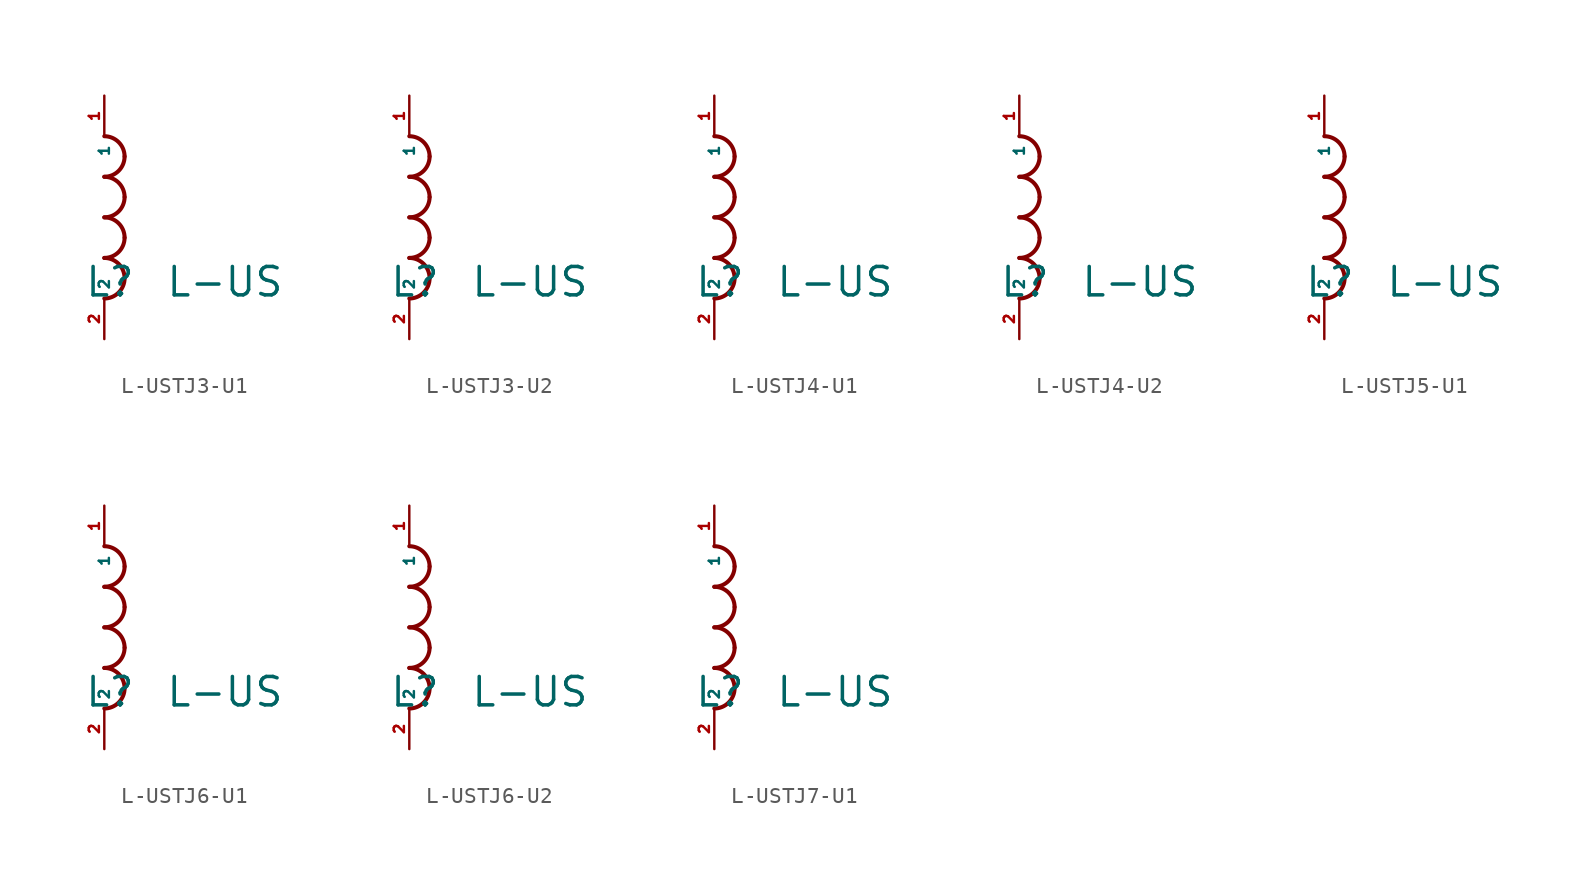
<source format=kicad_sym>
(kicad_symbol_lib
  (version 20220914)
  (generator Eagle2Kicad)
  (symbol "L-USTJ3-U1"
    (property "Reference" "L"
      (at -1.27 -5.08 0)
      (effects (font (size 1.778 1.778) (thickness 0.22)) (justify left bottom)))
    (property "Value" "L-US"
      (at 3.81 -5.08 0)
      (effects (font (size 1.778 1.778) (thickness 0.22)) (justify left bottom)))
    (arc
      (start 1.27 3.81)
      (mid 0.898 4.708)
      (end 0 5.08)
      (stroke (width 0.254) (type default))
      (fill (type none)))
    (arc
      (start 0 2.54)
      (mid 0.898 2.912)
      (end 1.27 3.81)
      (stroke (width 0.254) (type default))
      (fill (type none)))
    (arc
      (start 1.27 1.27)
      (mid 0.898 2.168)
      (end 0 2.54)
      (stroke (width 0.254) (type default))
      (fill (type none)))
    (arc
      (start 0 0)
      (mid 0.898 0.372)
      (end 1.27 1.27)
      (stroke (width 0.254) (type default))
      (fill (type none)))
    (arc
      (start 1.27 -1.27)
      (mid 0.898 -0.372)
      (end 0 0)
      (stroke (width 0.254) (type default))
      (fill (type none)))
    (arc
      (start 0 -2.54)
      (mid 0.898 -2.168)
      (end 1.27 -1.27)
      (stroke (width 0.254) (type default))
      (fill (type none)))
    (arc
      (start 1.27 -3.81)
      (mid 0.898 -2.912)
      (end 0 -2.54)
      (stroke (width 0.254) (type default))
      (fill (type none)))
    (arc
      (start 0 -5.08)
      (mid 0.898 -4.708)
      (end 1.27 -3.81)
      (stroke (width 0.254) (type default))
      (fill (type none)))
    (pin passive line
      (at 0 -7.62 90)
      (length 2.54)
      (name "2" (effects (font (size 0.635 0.635) (thickness 0.08)) (justify left bottom)))
      (number "2" (effects (font (size 0.635 0.635) (thickness 0.08)) (justify left bottom))))
    (pin passive line
      (at 0 7.62 270)
      (length 2.54)
      (name "1" (effects (font (size 0.635 0.635) (thickness 0.08)) (justify left bottom)))
      (number "1" (effects (font (size 0.635 0.635) (thickness 0.08)) (justify left bottom)))))
  (symbol "L-USTJ3-U2"
    (property "Reference" "L"
      (at -1.27 -5.08 0)
      (effects (font (size 1.778 1.778) (thickness 0.22)) (justify left bottom)))
    (property "Value" "L-US"
      (at 3.81 -5.08 0)
      (effects (font (size 1.778 1.778) (thickness 0.22)) (justify left bottom)))
    (arc
      (start 1.27 3.81)
      (mid 0.898 4.708)
      (end 0 5.08)
      (stroke (width 0.254) (type default))
      (fill (type none)))
    (arc
      (start 0 2.54)
      (mid 0.898 2.912)
      (end 1.27 3.81)
      (stroke (width 0.254) (type default))
      (fill (type none)))
    (arc
      (start 1.27 1.27)
      (mid 0.898 2.168)
      (end 0 2.54)
      (stroke (width 0.254) (type default))
      (fill (type none)))
    (arc
      (start 0 0)
      (mid 0.898 0.372)
      (end 1.27 1.27)
      (stroke (width 0.254) (type default))
      (fill (type none)))
    (arc
      (start 1.27 -1.27)
      (mid 0.898 -0.372)
      (end 0 0)
      (stroke (width 0.254) (type default))
      (fill (type none)))
    (arc
      (start 0 -2.54)
      (mid 0.898 -2.168)
      (end 1.27 -1.27)
      (stroke (width 0.254) (type default))
      (fill (type none)))
    (arc
      (start 1.27 -3.81)
      (mid 0.898 -2.912)
      (end 0 -2.54)
      (stroke (width 0.254) (type default))
      (fill (type none)))
    (arc
      (start 0 -5.08)
      (mid 0.898 -4.708)
      (end 1.27 -3.81)
      (stroke (width 0.254) (type default))
      (fill (type none)))
    (pin passive line
      (at 0 -7.62 90)
      (length 2.54)
      (name "2" (effects (font (size 0.635 0.635) (thickness 0.08)) (justify left bottom)))
      (number "2" (effects (font (size 0.635 0.635) (thickness 0.08)) (justify left bottom))))
    (pin passive line
      (at 0 7.62 270)
      (length 2.54)
      (name "1" (effects (font (size 0.635 0.635) (thickness 0.08)) (justify left bottom)))
      (number "1" (effects (font (size 0.635 0.635) (thickness 0.08)) (justify left bottom)))))
  (symbol "L-USTJ4-U1"
    (property "Reference" "L"
      (at -1.27 -5.08 0)
      (effects (font (size 1.778 1.778) (thickness 0.22)) (justify left bottom)))
    (property "Value" "L-US"
      (at 3.81 -5.08 0)
      (effects (font (size 1.778 1.778) (thickness 0.22)) (justify left bottom)))
    (arc
      (start 1.27 3.81)
      (mid 0.898 4.708)
      (end 0 5.08)
      (stroke (width 0.254) (type default))
      (fill (type none)))
    (arc
      (start 0 2.54)
      (mid 0.898 2.912)
      (end 1.27 3.81)
      (stroke (width 0.254) (type default))
      (fill (type none)))
    (arc
      (start 1.27 1.27)
      (mid 0.898 2.168)
      (end 0 2.54)
      (stroke (width 0.254) (type default))
      (fill (type none)))
    (arc
      (start 0 0)
      (mid 0.898 0.372)
      (end 1.27 1.27)
      (stroke (width 0.254) (type default))
      (fill (type none)))
    (arc
      (start 1.27 -1.27)
      (mid 0.898 -0.372)
      (end 0 0)
      (stroke (width 0.254) (type default))
      (fill (type none)))
    (arc
      (start 0 -2.54)
      (mid 0.898 -2.168)
      (end 1.27 -1.27)
      (stroke (width 0.254) (type default))
      (fill (type none)))
    (arc
      (start 1.27 -3.81)
      (mid 0.898 -2.912)
      (end 0 -2.54)
      (stroke (width 0.254) (type default))
      (fill (type none)))
    (arc
      (start 0 -5.08)
      (mid 0.898 -4.708)
      (end 1.27 -3.81)
      (stroke (width 0.254) (type default))
      (fill (type none)))
    (pin passive line
      (at 0 -7.62 90)
      (length 2.54)
      (name "2" (effects (font (size 0.635 0.635) (thickness 0.08)) (justify left bottom)))
      (number "2" (effects (font (size 0.635 0.635) (thickness 0.08)) (justify left bottom))))
    (pin passive line
      (at 0 7.62 270)
      (length 2.54)
      (name "1" (effects (font (size 0.635 0.635) (thickness 0.08)) (justify left bottom)))
      (number "1" (effects (font (size 0.635 0.635) (thickness 0.08)) (justify left bottom)))))
  (symbol "L-USTJ4-U2"
    (property "Reference" "L"
      (at -1.27 -5.08 0)
      (effects (font (size 1.778 1.778) (thickness 0.22)) (justify left bottom)))
    (property "Value" "L-US"
      (at 3.81 -5.08 0)
      (effects (font (size 1.778 1.778) (thickness 0.22)) (justify left bottom)))
    (arc
      (start 1.27 3.81)
      (mid 0.898 4.708)
      (end 0 5.08)
      (stroke (width 0.254) (type default))
      (fill (type none)))
    (arc
      (start 0 2.54)
      (mid 0.898 2.912)
      (end 1.27 3.81)
      (stroke (width 0.254) (type default))
      (fill (type none)))
    (arc
      (start 1.27 1.27)
      (mid 0.898 2.168)
      (end 0 2.54)
      (stroke (width 0.254) (type default))
      (fill (type none)))
    (arc
      (start 0 0)
      (mid 0.898 0.372)
      (end 1.27 1.27)
      (stroke (width 0.254) (type default))
      (fill (type none)))
    (arc
      (start 1.27 -1.27)
      (mid 0.898 -0.372)
      (end 0 0)
      (stroke (width 0.254) (type default))
      (fill (type none)))
    (arc
      (start 0 -2.54)
      (mid 0.898 -2.168)
      (end 1.27 -1.27)
      (stroke (width 0.254) (type default))
      (fill (type none)))
    (arc
      (start 1.27 -3.81)
      (mid 0.898 -2.912)
      (end 0 -2.54)
      (stroke (width 0.254) (type default))
      (fill (type none)))
    (arc
      (start 0 -5.08)
      (mid 0.898 -4.708)
      (end 1.27 -3.81)
      (stroke (width 0.254) (type default))
      (fill (type none)))
    (pin passive line
      (at 0 -7.62 90)
      (length 2.54)
      (name "2" (effects (font (size 0.635 0.635) (thickness 0.08)) (justify left bottom)))
      (number "2" (effects (font (size 0.635 0.635) (thickness 0.08)) (justify left bottom))))
    (pin passive line
      (at 0 7.62 270)
      (length 2.54)
      (name "1" (effects (font (size 0.635 0.635) (thickness 0.08)) (justify left bottom)))
      (number "1" (effects (font (size 0.635 0.635) (thickness 0.08)) (justify left bottom)))))
  (symbol "L-USTJ5-U1"
    (property "Reference" "L"
      (at -1.27 -5.08 0)
      (effects (font (size 1.778 1.778) (thickness 0.22)) (justify left bottom)))
    (property "Value" "L-US"
      (at 3.81 -5.08 0)
      (effects (font (size 1.778 1.778) (thickness 0.22)) (justify left bottom)))
    (arc
      (start 1.27 3.81)
      (mid 0.898 4.708)
      (end 0 5.08)
      (stroke (width 0.254) (type default))
      (fill (type none)))
    (arc
      (start 0 2.54)
      (mid 0.898 2.912)
      (end 1.27 3.81)
      (stroke (width 0.254) (type default))
      (fill (type none)))
    (arc
      (start 1.27 1.27)
      (mid 0.898 2.168)
      (end 0 2.54)
      (stroke (width 0.254) (type default))
      (fill (type none)))
    (arc
      (start 0 0)
      (mid 0.898 0.372)
      (end 1.27 1.27)
      (stroke (width 0.254) (type default))
      (fill (type none)))
    (arc
      (start 1.27 -1.27)
      (mid 0.898 -0.372)
      (end 0 0)
      (stroke (width 0.254) (type default))
      (fill (type none)))
    (arc
      (start 0 -2.54)
      (mid 0.898 -2.168)
      (end 1.27 -1.27)
      (stroke (width 0.254) (type default))
      (fill (type none)))
    (arc
      (start 1.27 -3.81)
      (mid 0.898 -2.912)
      (end 0 -2.54)
      (stroke (width 0.254) (type default))
      (fill (type none)))
    (arc
      (start 0 -5.08)
      (mid 0.898 -4.708)
      (end 1.27 -3.81)
      (stroke (width 0.254) (type default))
      (fill (type none)))
    (pin passive line
      (at 0 -7.62 90)
      (length 2.54)
      (name "2" (effects (font (size 0.635 0.635) (thickness 0.08)) (justify left bottom)))
      (number "2" (effects (font (size 0.635 0.635) (thickness 0.08)) (justify left bottom))))
    (pin passive line
      (at 0 7.62 270)
      (length 2.54)
      (name "1" (effects (font (size 0.635 0.635) (thickness 0.08)) (justify left bottom)))
      (number "1" (effects (font (size 0.635 0.635) (thickness 0.08)) (justify left bottom)))))
  (symbol "L-USTJ6-U1"
    (property "Reference" "L"
      (at -1.27 -5.08 0)
      (effects (font (size 1.778 1.778) (thickness 0.22)) (justify left bottom)))
    (property "Value" "L-US"
      (at 3.81 -5.08 0)
      (effects (font (size 1.778 1.778) (thickness 0.22)) (justify left bottom)))
    (arc
      (start 1.27 3.81)
      (mid 0.898 4.708)
      (end 0 5.08)
      (stroke (width 0.254) (type default))
      (fill (type none)))
    (arc
      (start 0 2.54)
      (mid 0.898 2.912)
      (end 1.27 3.81)
      (stroke (width 0.254) (type default))
      (fill (type none)))
    (arc
      (start 1.27 1.27)
      (mid 0.898 2.168)
      (end 0 2.54)
      (stroke (width 0.254) (type default))
      (fill (type none)))
    (arc
      (start 0 0)
      (mid 0.898 0.372)
      (end 1.27 1.27)
      (stroke (width 0.254) (type default))
      (fill (type none)))
    (arc
      (start 1.27 -1.27)
      (mid 0.898 -0.372)
      (end 0 0)
      (stroke (width 0.254) (type default))
      (fill (type none)))
    (arc
      (start 0 -2.54)
      (mid 0.898 -2.168)
      (end 1.27 -1.27)
      (stroke (width 0.254) (type default))
      (fill (type none)))
    (arc
      (start 1.27 -3.81)
      (mid 0.898 -2.912)
      (end 0 -2.54)
      (stroke (width 0.254) (type default))
      (fill (type none)))
    (arc
      (start 0 -5.08)
      (mid 0.898 -4.708)
      (end 1.27 -3.81)
      (stroke (width 0.254) (type default))
      (fill (type none)))
    (pin passive line
      (at 0 -7.62 90)
      (length 2.54)
      (name "2" (effects (font (size 0.635 0.635) (thickness 0.08)) (justify left bottom)))
      (number "2" (effects (font (size 0.635 0.635) (thickness 0.08)) (justify left bottom))))
    (pin passive line
      (at 0 7.62 270)
      (length 2.54)
      (name "1" (effects (font (size 0.635 0.635) (thickness 0.08)) (justify left bottom)))
      (number "1" (effects (font (size 0.635 0.635) (thickness 0.08)) (justify left bottom)))))
  (symbol "L-USTJ6-U2"
    (property "Reference" "L"
      (at -1.27 -5.08 0)
      (effects (font (size 1.778 1.778) (thickness 0.22)) (justify left bottom)))
    (property "Value" "L-US"
      (at 3.81 -5.08 0)
      (effects (font (size 1.778 1.778) (thickness 0.22)) (justify left bottom)))
    (arc
      (start 1.27 3.81)
      (mid 0.898 4.708)
      (end 0 5.08)
      (stroke (width 0.254) (type default))
      (fill (type none)))
    (arc
      (start 0 2.54)
      (mid 0.898 2.912)
      (end 1.27 3.81)
      (stroke (width 0.254) (type default))
      (fill (type none)))
    (arc
      (start 1.27 1.27)
      (mid 0.898 2.168)
      (end 0 2.54)
      (stroke (width 0.254) (type default))
      (fill (type none)))
    (arc
      (start 0 0)
      (mid 0.898 0.372)
      (end 1.27 1.27)
      (stroke (width 0.254) (type default))
      (fill (type none)))
    (arc
      (start 1.27 -1.27)
      (mid 0.898 -0.372)
      (end 0 0)
      (stroke (width 0.254) (type default))
      (fill (type none)))
    (arc
      (start 0 -2.54)
      (mid 0.898 -2.168)
      (end 1.27 -1.27)
      (stroke (width 0.254) (type default))
      (fill (type none)))
    (arc
      (start 1.27 -3.81)
      (mid 0.898 -2.912)
      (end 0 -2.54)
      (stroke (width 0.254) (type default))
      (fill (type none)))
    (arc
      (start 0 -5.08)
      (mid 0.898 -4.708)
      (end 1.27 -3.81)
      (stroke (width 0.254) (type default))
      (fill (type none)))
    (pin passive line
      (at 0 -7.62 90)
      (length 2.54)
      (name "2" (effects (font (size 0.635 0.635) (thickness 0.08)) (justify left bottom)))
      (number "2" (effects (font (size 0.635 0.635) (thickness 0.08)) (justify left bottom))))
    (pin passive line
      (at 0 7.62 270)
      (length 2.54)
      (name "1" (effects (font (size 0.635 0.635) (thickness 0.08)) (justify left bottom)))
      (number "1" (effects (font (size 0.635 0.635) (thickness 0.08)) (justify left bottom)))))
  (symbol "L-USTJ7-U1"
    (property "Reference" "L"
      (at -1.27 -5.08 0)
      (effects (font (size 1.778 1.778) (thickness 0.22)) (justify left bottom)))
    (property "Value" "L-US"
      (at 3.81 -5.08 0)
      (effects (font (size 1.778 1.778) (thickness 0.22)) (justify left bottom)))
    (arc
      (start 1.27 3.81)
      (mid 0.898 4.708)
      (end 0 5.08)
      (stroke (width 0.254) (type default))
      (fill (type none)))
    (arc
      (start 0 2.54)
      (mid 0.898 2.912)
      (end 1.27 3.81)
      (stroke (width 0.254) (type default))
      (fill (type none)))
    (arc
      (start 1.27 1.27)
      (mid 0.898 2.168)
      (end 0 2.54)
      (stroke (width 0.254) (type default))
      (fill (type none)))
    (arc
      (start 0 0)
      (mid 0.898 0.372)
      (end 1.27 1.27)
      (stroke (width 0.254) (type default))
      (fill (type none)))
    (arc
      (start 1.27 -1.27)
      (mid 0.898 -0.372)
      (end 0 0)
      (stroke (width 0.254) (type default))
      (fill (type none)))
    (arc
      (start 0 -2.54)
      (mid 0.898 -2.168)
      (end 1.27 -1.27)
      (stroke (width 0.254) (type default))
      (fill (type none)))
    (arc
      (start 1.27 -3.81)
      (mid 0.898 -2.912)
      (end 0 -2.54)
      (stroke (width 0.254) (type default))
      (fill (type none)))
    (arc
      (start 0 -5.08)
      (mid 0.898 -4.708)
      (end 1.27 -3.81)
      (stroke (width 0.254) (type default))
      (fill (type none)))
    (pin passive line
      (at 0 -7.62 90)
      (length 2.54)
      (name "2" (effects (font (size 0.635 0.635) (thickness 0.08)) (justify left bottom)))
      (number "2" (effects (font (size 0.635 0.635) (thickness 0.08)) (justify left bottom))))
    (pin passive line
      (at 0 7.62 270)
      (length 2.54)
      (name "1" (effects (font (size 0.635 0.635) (thickness 0.08)) (justify left bottom)))
      (number "1" (effects (font (size 0.635 0.635) (thickness 0.08)) (justify left bottom))))))
</source>
